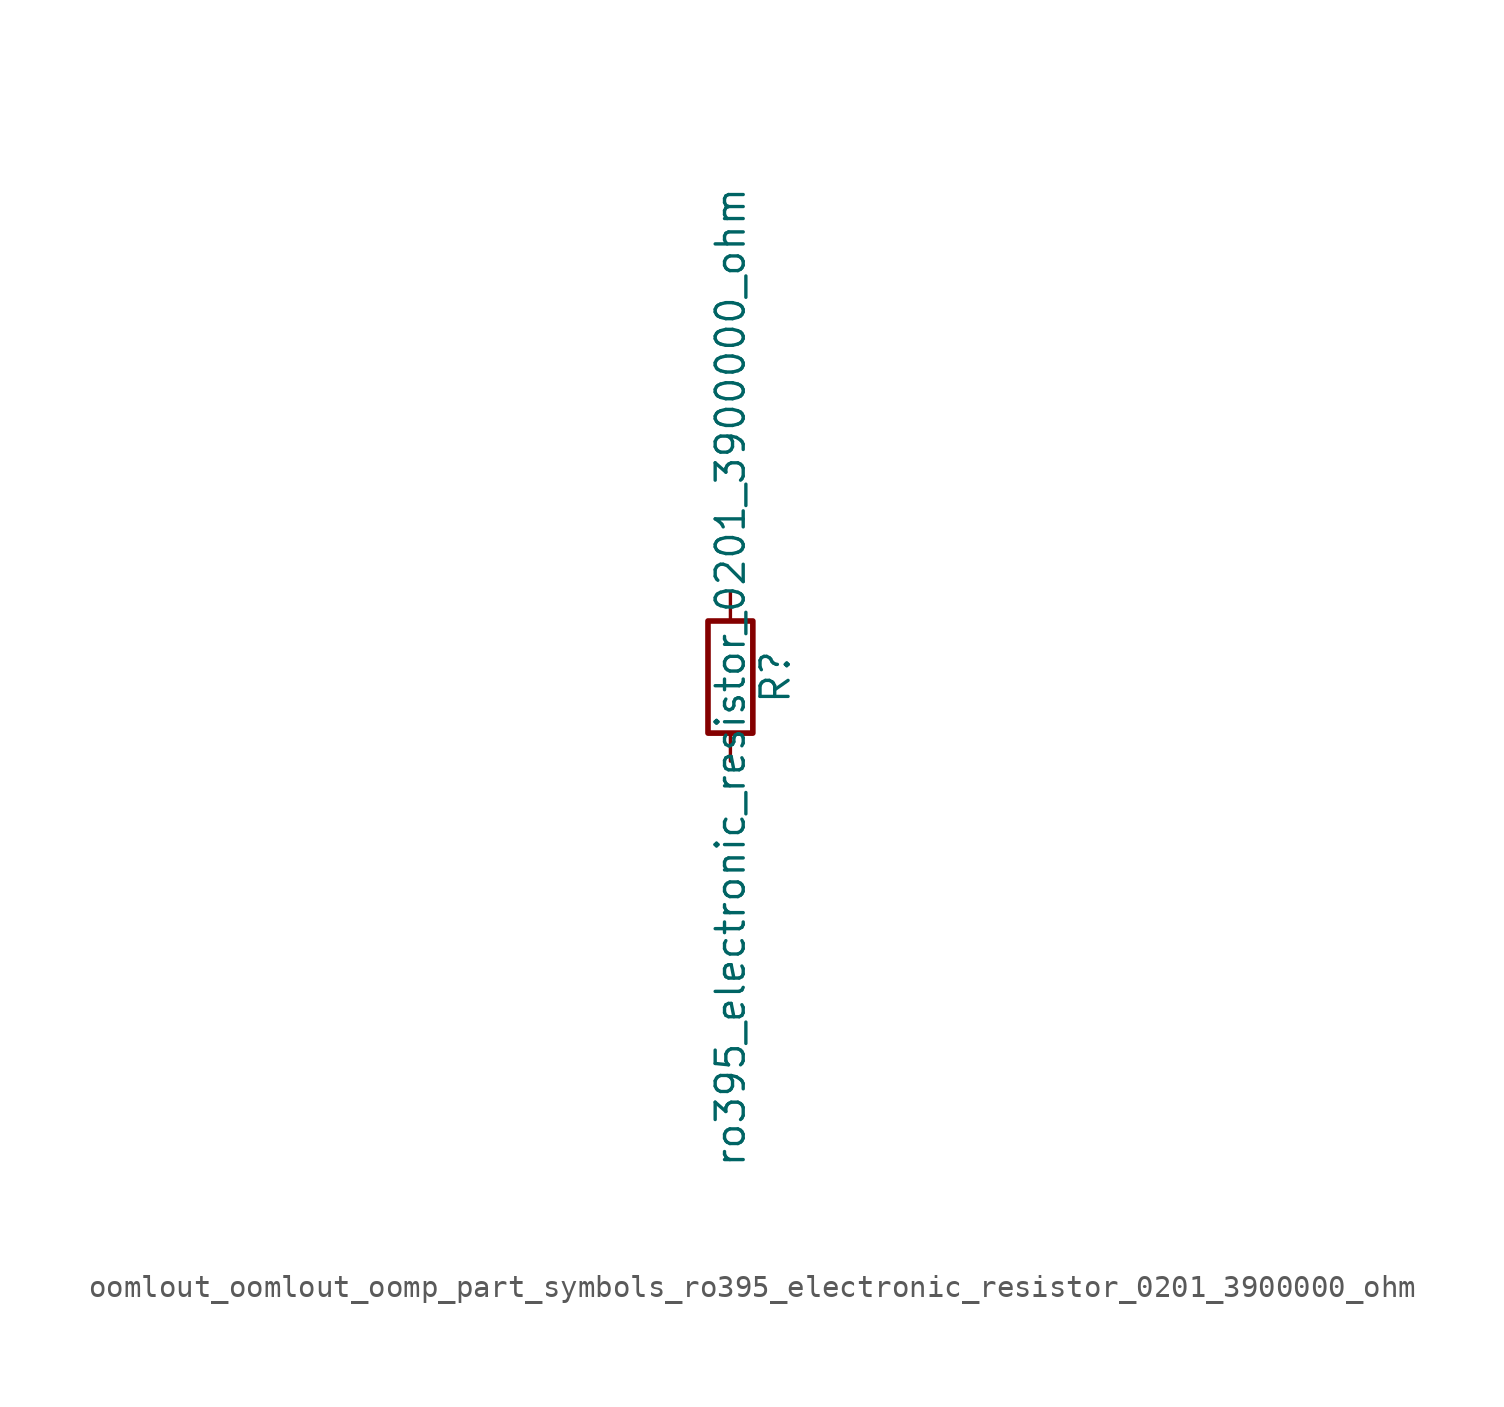
<source format=kicad_sym>
(kicad_symbol_lib
  (version 20220914)
  (generator kicad_symbol_editor)
  (symbol "oomlout_oomlout_oomp_part_symbols_ro395_electronic_resistor_0201_3900000_ohm"
    (pin_numbers hide)
    (pin_names
      (offset 0))
    (property "Reference" "R"
      (at 2.032 0 90)
      (effects (font (size 1.27 1.27))))
    (property "Value" "ro395_electronic_resistor_0201_3900000_ohm"
      (at 0 0 90)
      (effects (font (size 1.27 1.27))))
    (symbol "oomlout_oomlout_oomp_part_symbols_ro395_electronic_resistor_0201_3900000_ohm_0_1"
      (rectangle (start -1.016 -2.54) (end 1.016 2.54) (stroke (width 0.254) (type default)) (fill (type none))))
    (symbol "oomlout_oomlout_oomp_part_symbols_ro395_electronic_resistor_0201_3900000_ohm_1_1"
      (pin passive line (at 0 3.81 270) (length 1.27) (name "~" (effects (font (size 1.27 1.27)))) (number "1" (effects (font (size 1.27 1.27)))))
      (pin passive line (at 0 -3.81 90) (length 1.27) (name "~" (effects (font (size 1.27 1.27)))) (number "2" (effects (font (size 1.27 1.27))))))))
</source>
